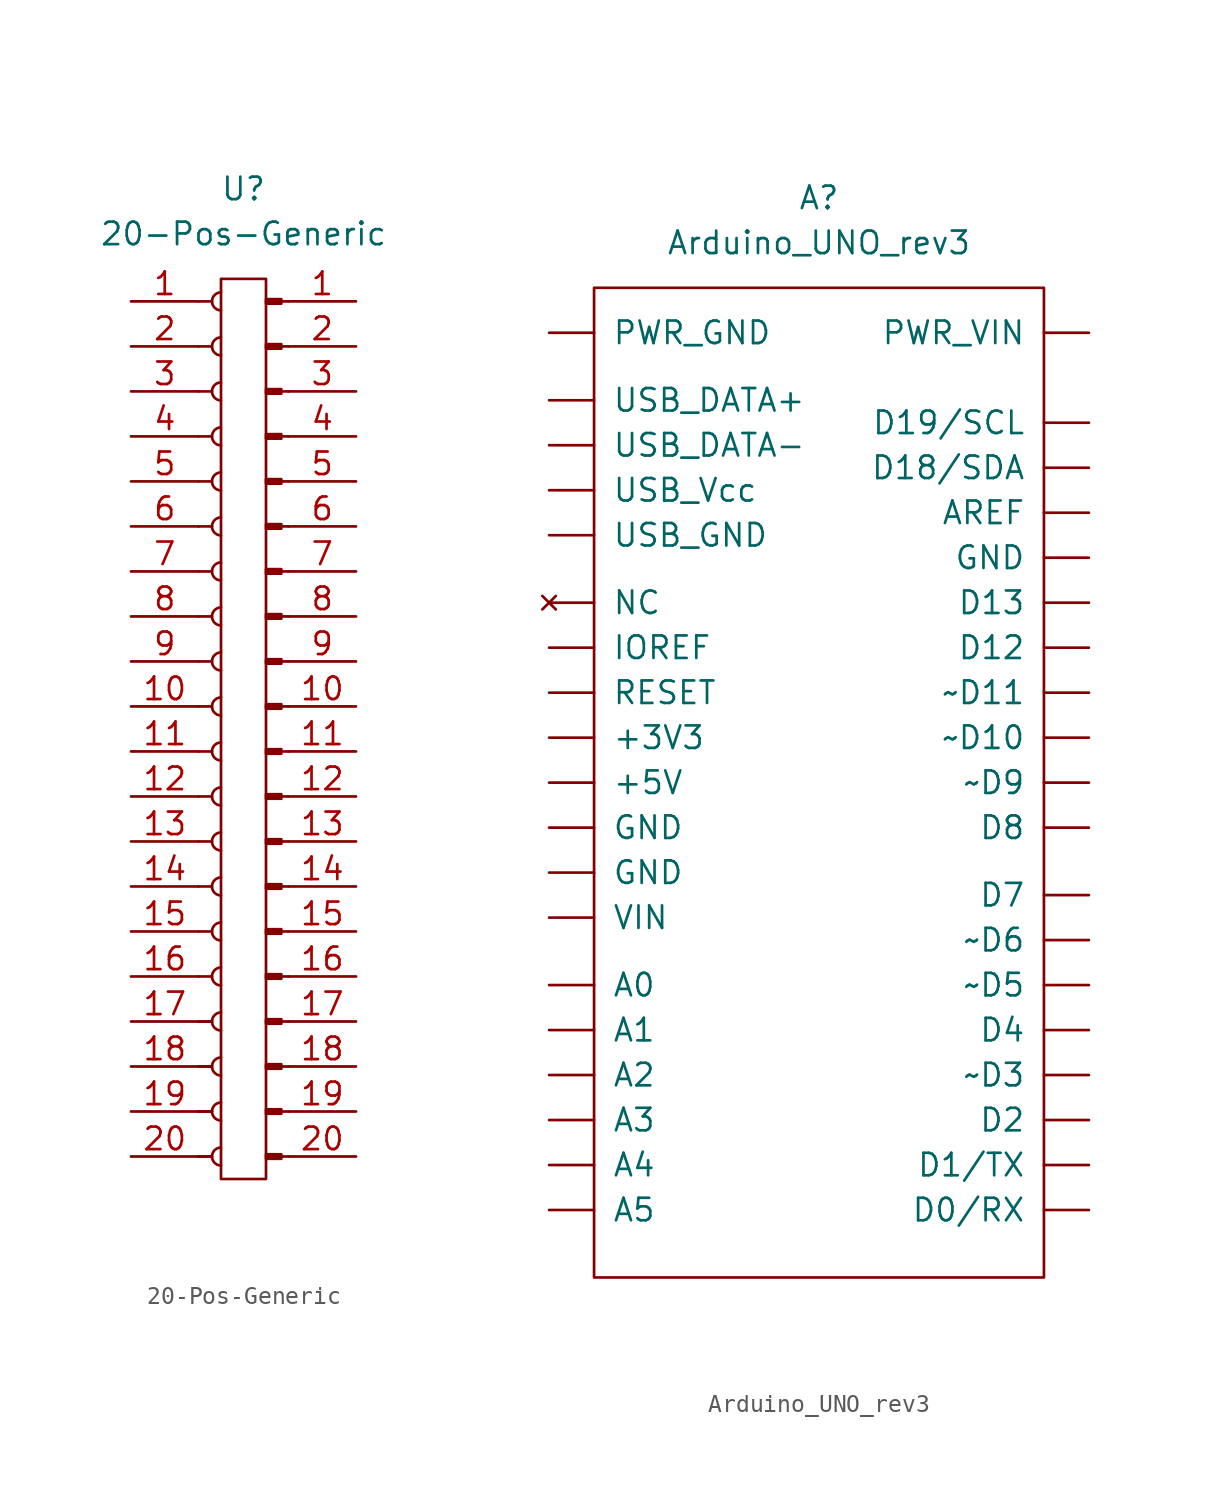
<source format=kicad_sym>
(kicad_symbol_lib
  (version 20211014)
  (generator kicad_symbol_editor)
  (symbol "20-Pos-Generic"
    (pin_names
      (offset 1.016))
    (property "Reference" "U"
      (at 0 2.54 0)
      (effects (font (size 1.27 1.27))))
    (property "Value" "20-Pos-Generic"
      (at 0 0 0)
      (effects (font (size 1.27 1.27))))
    (symbol "20-Pos-Generic_1_1"
      (arc (start -1.27 -51.562) (mid -1.778 -52.07) (end -1.27 -52.578) (stroke (width 0.1524) (type default) (color 0 0 0 0)) (fill (type none)))
      (arc (start -1.27 -49.022) (mid -1.778 -49.53) (end -1.27 -50.038) (stroke (width 0.1524) (type default) (color 0 0 0 0)) (fill (type none)))
      (arc (start -1.27 -46.482) (mid -1.778 -46.99) (end -1.27 -47.498) (stroke (width 0.1524) (type default) (color 0 0 0 0)) (fill (type none)))
      (arc (start -1.27 -43.942) (mid -1.778 -44.45) (end -1.27 -44.958) (stroke (width 0.1524) (type default) (color 0 0 0 0)) (fill (type none)))
      (arc (start -1.27 -41.402) (mid -1.778 -41.91) (end -1.27 -42.418) (stroke (width 0.1524) (type default) (color 0 0 0 0)) (fill (type none)))
      (arc (start -1.27 -38.862) (mid -1.778 -39.37) (end -1.27 -39.878) (stroke (width 0.1524) (type default) (color 0 0 0 0)) (fill (type none)))
      (arc (start -1.27 -36.322) (mid -1.778 -36.83) (end -1.27 -37.338) (stroke (width 0.1524) (type default) (color 0 0 0 0)) (fill (type none)))
      (arc (start -1.27 -33.782) (mid -1.778 -34.29) (end -1.27 -34.798) (stroke (width 0.1524) (type default) (color 0 0 0 0)) (fill (type none)))
      (arc (start -1.27 -31.242) (mid -1.778 -31.75) (end -1.27 -32.258) (stroke (width 0.1524) (type default) (color 0 0 0 0)) (fill (type none)))
      (arc (start -1.27 -28.702) (mid -1.778 -29.21) (end -1.27 -29.718) (stroke (width 0.1524) (type default) (color 0 0 0 0)) (fill (type none)))
      (arc (start -1.27 -26.162) (mid -1.778 -26.67) (end -1.27 -27.178) (stroke (width 0.1524) (type default) (color 0 0 0 0)) (fill (type none)))
      (arc (start -1.27 -23.622) (mid -1.778 -24.13) (end -1.27 -24.638) (stroke (width 0.1524) (type default) (color 0 0 0 0)) (fill (type none)))
      (arc (start -1.27 -21.082) (mid -1.778 -21.59) (end -1.27 -22.098) (stroke (width 0.1524) (type default) (color 0 0 0 0)) (fill (type none)))
      (arc (start -1.27 -18.542) (mid -1.778 -19.05) (end -1.27 -19.558) (stroke (width 0.1524) (type default) (color 0 0 0 0)) (fill (type none)))
      (arc (start -1.27 -16.002) (mid -1.778 -16.51) (end -1.27 -17.018) (stroke (width 0.1524) (type default) (color 0 0 0 0)) (fill (type none)))
      (arc (start -1.27 -13.462) (mid -1.778 -13.97) (end -1.27 -14.478) (stroke (width 0.1524) (type default) (color 0 0 0 0)) (fill (type none)))
      (arc (start -1.27 -10.922) (mid -1.778 -11.43) (end -1.27 -11.938) (stroke (width 0.1524) (type default) (color 0 0 0 0)) (fill (type none)))
      (arc (start -1.27 -8.382) (mid -1.778 -8.89) (end -1.27 -9.398) (stroke (width 0.1524) (type default) (color 0 0 0 0)) (fill (type none)))
      (arc (start -1.27 -5.842) (mid -1.778 -6.35) (end -1.27 -6.858) (stroke (width 0.1524) (type default) (color 0 0 0 0)) (fill (type none)))
      (arc (start -1.27 -3.302) (mid -1.778 -3.81) (end -1.27 -4.318) (stroke (width 0.1524) (type default) (color 0 0 0 0)) (fill (type none)))
      (rectangle (start -1.27 -2.54) (end 1.27 -53.34) (stroke (width 0) (type default) (color 0 0 0 0)) (fill (type none)))
      (polyline (pts (xy -2.54 -52.07) (xy -1.778 -52.07)) (stroke (width 0.152) (type default) (color 0 0 0 0)) (fill (type none)))
      (polyline (pts (xy -2.54 -52.07) (xy -1.778 -52.07)) (stroke (width 0.152) (type default) (color 0 0 0 0)) (fill (type none)))
      (polyline (pts (xy -2.54 -49.53) (xy -1.778 -49.53)) (stroke (width 0.152) (type default) (color 0 0 0 0)) (fill (type none)))
      (polyline (pts (xy -2.54 -49.53) (xy -1.778 -49.53)) (stroke (width 0.152) (type default) (color 0 0 0 0)) (fill (type none)))
      (polyline (pts (xy -2.54 -46.99) (xy -1.778 -46.99)) (stroke (width 0.152) (type default) (color 0 0 0 0)) (fill (type none)))
      (polyline (pts (xy -2.54 -46.99) (xy -1.778 -46.99)) (stroke (width 0.152) (type default) (color 0 0 0 0)) (fill (type none)))
      (polyline (pts (xy -2.54 -44.45) (xy -1.778 -44.45)) (stroke (width 0.152) (type default) (color 0 0 0 0)) (fill (type none)))
      (polyline (pts (xy -2.54 -44.45) (xy -1.778 -44.45)) (stroke (width 0.152) (type default) (color 0 0 0 0)) (fill (type none)))
      (polyline (pts (xy -2.54 -41.91) (xy -1.778 -41.91)) (stroke (width 0.152) (type default) (color 0 0 0 0)) (fill (type none)))
      (polyline (pts (xy -2.54 -39.37) (xy -1.778 -39.37)) (stroke (width 0.152) (type default) (color 0 0 0 0)) (fill (type none)))
      (polyline (pts (xy -2.54 -36.83) (xy -1.778 -36.83)) (stroke (width 0.152) (type default) (color 0 0 0 0)) (fill (type none)))
      (polyline (pts (xy -2.54 -34.29) (xy -1.778 -34.29)) (stroke (width 0.152) (type default) (color 0 0 0 0)) (fill (type none)))
      (polyline (pts (xy -2.54 -31.75) (xy -1.778 -31.75)) (stroke (width 0.152) (type default) (color 0 0 0 0)) (fill (type none)))
      (polyline (pts (xy -2.54 -29.21) (xy -1.778 -29.21)) (stroke (width 0.152) (type default) (color 0 0 0 0)) (fill (type none)))
      (polyline (pts (xy -2.54 -26.67) (xy -1.778 -26.67)) (stroke (width 0.152) (type default) (color 0 0 0 0)) (fill (type none)))
      (polyline (pts (xy -2.54 -24.13) (xy -1.778 -24.13)) (stroke (width 0.152) (type default) (color 0 0 0 0)) (fill (type none)))
      (polyline (pts (xy -2.54 -21.59) (xy -1.778 -21.59)) (stroke (width 0.152) (type default) (color 0 0 0 0)) (fill (type none)))
      (polyline (pts (xy -2.54 -19.05) (xy -1.778 -19.05)) (stroke (width 0.152) (type default) (color 0 0 0 0)) (fill (type none)))
      (polyline (pts (xy -2.54 -16.51) (xy -1.778 -16.51)) (stroke (width 0.152) (type default) (color 0 0 0 0)) (fill (type none)))
      (polyline (pts (xy -2.54 -13.97) (xy -1.778 -13.97)) (stroke (width 0.152) (type default) (color 0 0 0 0)) (fill (type none)))
      (polyline (pts (xy -2.54 -11.43) (xy -1.778 -11.43)) (stroke (width 0.152) (type default) (color 0 0 0 0)) (fill (type none)))
      (polyline (pts (xy -2.54 -8.89) (xy -1.778 -8.89)) (stroke (width 0.152) (type default) (color 0 0 0 0)) (fill (type none)))
      (polyline (pts (xy -2.54 -6.35) (xy -1.778 -6.35)) (stroke (width 0.152) (type default) (color 0 0 0 0)) (fill (type none)))
      (polyline (pts (xy -2.54 -3.81) (xy -1.778 -3.81)) (stroke (width 0.152) (type default) (color 0 0 0 0)) (fill (type none)))
      (polyline (pts (xy 2.54 -52.07) (xy 2.134 -52.07)) (stroke (width 0.152) (type default) (color 0 0 0 0)) (fill (type none)))
      (polyline (pts (xy 2.54 -49.53) (xy 2.134 -49.53)) (stroke (width 0.152) (type default) (color 0 0 0 0)) (fill (type none)))
      (polyline (pts (xy 2.54 -46.99) (xy 2.134 -46.99)) (stroke (width 0.152) (type default) (color 0 0 0 0)) (fill (type none)))
      (polyline (pts (xy 2.54 -44.45) (xy 2.134 -44.45)) (stroke (width 0.152) (type default) (color 0 0 0 0)) (fill (type none)))
      (polyline (pts (xy 2.54 -41.91) (xy 2.134 -41.91)) (stroke (width 0.152) (type default) (color 0 0 0 0)) (fill (type none)))
      (polyline (pts (xy 2.54 -39.37) (xy 2.134 -39.37)) (stroke (width 0.152) (type default) (color 0 0 0 0)) (fill (type none)))
      (polyline (pts (xy 2.54 -36.83) (xy 2.134 -36.83)) (stroke (width 0.152) (type default) (color 0 0 0 0)) (fill (type none)))
      (polyline (pts (xy 2.54 -34.29) (xy 2.134 -34.29)) (stroke (width 0.152) (type default) (color 0 0 0 0)) (fill (type none)))
      (polyline (pts (xy 2.54 -31.75) (xy 2.134 -31.75)) (stroke (width 0.152) (type default) (color 0 0 0 0)) (fill (type none)))
      (polyline (pts (xy 2.54 -29.21) (xy 2.134 -29.21)) (stroke (width 0.152) (type default) (color 0 0 0 0)) (fill (type none)))
      (polyline (pts (xy 2.54 -26.67) (xy 2.134 -26.67)) (stroke (width 0.152) (type default) (color 0 0 0 0)) (fill (type none)))
      (polyline (pts (xy 2.54 -24.13) (xy 2.134 -24.13)) (stroke (width 0.152) (type default) (color 0 0 0 0)) (fill (type none)))
      (polyline (pts (xy 2.54 -21.59) (xy 2.134 -21.59)) (stroke (width 0.152) (type default) (color 0 0 0 0)) (fill (type none)))
      (polyline (pts (xy 2.54 -19.05) (xy 2.134 -19.05)) (stroke (width 0.152) (type default) (color 0 0 0 0)) (fill (type none)))
      (polyline (pts (xy 2.54 -16.51) (xy 2.134 -16.51)) (stroke (width 0.152) (type default) (color 0 0 0 0)) (fill (type none)))
      (polyline (pts (xy 2.54 -13.97) (xy 2.134 -13.97)) (stroke (width 0.152) (type default) (color 0 0 0 0)) (fill (type none)))
      (polyline (pts (xy 2.54 -11.43) (xy 2.134 -11.43)) (stroke (width 0.152) (type default) (color 0 0 0 0)) (fill (type none)))
      (polyline (pts (xy 2.54 -8.89) (xy 2.134 -8.89)) (stroke (width 0.152) (type default) (color 0 0 0 0)) (fill (type none)))
      (polyline (pts (xy 2.54 -6.35) (xy 2.134 -6.35)) (stroke (width 0.152) (type default) (color 0 0 0 0)) (fill (type none)))
      (polyline (pts (xy 2.54 -3.81) (xy 2.134 -3.81)) (stroke (width 0.152) (type default) (color 0 0 0 0)) (fill (type none)))
      (rectangle (start 2.134 -51.943) (end 1.27 -52.197) (stroke (width 0.152) (type default) (color 0 0 0 0)) (fill (type outline)))
      (rectangle (start 2.134 -49.403) (end 1.27 -49.657) (stroke (width 0.152) (type default) (color 0 0 0 0)) (fill (type outline)))
      (rectangle (start 2.134 -46.863) (end 1.27 -47.117) (stroke (width 0.152) (type default) (color 0 0 0 0)) (fill (type outline)))
      (rectangle (start 2.134 -44.323) (end 1.27 -44.577) (stroke (width 0.152) (type default) (color 0 0 0 0)) (fill (type outline)))
      (rectangle (start 2.134 -41.783) (end 1.27 -42.037) (stroke (width 0.152) (type default) (color 0 0 0 0)) (fill (type outline)))
      (rectangle (start 2.134 -39.243) (end 1.27 -39.497) (stroke (width 0.152) (type default) (color 0 0 0 0)) (fill (type outline)))
      (rectangle (start 2.134 -36.703) (end 1.27 -36.957) (stroke (width 0.152) (type default) (color 0 0 0 0)) (fill (type outline)))
      (rectangle (start 2.134 -34.163) (end 1.27 -34.417) (stroke (width 0.152) (type default) (color 0 0 0 0)) (fill (type outline)))
      (rectangle (start 2.134 -31.623) (end 1.27 -31.877) (stroke (width 0.152) (type default) (color 0 0 0 0)) (fill (type outline)))
      (rectangle (start 2.134 -29.083) (end 1.27 -29.337) (stroke (width 0.152) (type default) (color 0 0 0 0)) (fill (type outline)))
      (rectangle (start 2.134 -26.543) (end 1.27 -26.797) (stroke (width 0.152) (type default) (color 0 0 0 0)) (fill (type outline)))
      (rectangle (start 2.134 -24.003) (end 1.27 -24.257) (stroke (width 0.152) (type default) (color 0 0 0 0)) (fill (type outline)))
      (rectangle (start 2.134 -21.463) (end 1.27 -21.717) (stroke (width 0.152) (type default) (color 0 0 0 0)) (fill (type outline)))
      (rectangle (start 2.134 -18.923) (end 1.27 -19.177) (stroke (width 0.152) (type default) (color 0 0 0 0)) (fill (type outline)))
      (rectangle (start 2.134 -16.383) (end 1.27 -16.637) (stroke (width 0.152) (type default) (color 0 0 0 0)) (fill (type outline)))
      (rectangle (start 2.134 -13.843) (end 1.27 -14.097) (stroke (width 0.152) (type default) (color 0 0 0 0)) (fill (type outline)))
      (rectangle (start 2.134 -11.303) (end 1.27 -11.557) (stroke (width 0.152) (type default) (color 0 0 0 0)) (fill (type outline)))
      (rectangle (start 2.134 -8.763) (end 1.27 -9.017) (stroke (width 0.152) (type default) (color 0 0 0 0)) (fill (type outline)))
      (rectangle (start 2.134 -6.223) (end 1.27 -6.477) (stroke (width 0.152) (type default) (color 0 0 0 0)) (fill (type outline)))
      (rectangle (start 2.134 -3.683) (end 1.27 -3.937) (stroke (width 0.152) (type default) (color 0 0 0 0)) (fill (type outline)))
      (pin passive line (at -6.35 -3.81 0) (length 3.81) (name "~" (effects (font (size 1.27 1.27)))) (number "1" (effects (font (size 1.27 1.27)))))
      (pin passive line (at 6.35 -3.81 180) (length 3.81) (name "~" (effects (font (size 1.27 1.27)))) (number "1" (effects (font (size 1.27 1.27)))))
      (pin passive line (at -6.35 -26.67 0) (length 3.81) (name "~" (effects (font (size 1.27 1.27)))) (number "10" (effects (font (size 1.27 1.27)))))
      (pin passive line (at 6.35 -26.67 180) (length 3.81) (name "~" (effects (font (size 1.27 1.27)))) (number "10" (effects (font (size 1.27 1.27)))))
      (pin passive line (at -6.35 -29.21 0) (length 3.81) (name "~" (effects (font (size 1.27 1.27)))) (number "11" (effects (font (size 1.27 1.27)))))
      (pin passive line (at 6.35 -29.21 180) (length 3.81) (name "~" (effects (font (size 1.27 1.27)))) (number "11" (effects (font (size 1.27 1.27)))))
      (pin passive line (at -6.35 -31.75 0) (length 3.81) (name "~" (effects (font (size 1.27 1.27)))) (number "12" (effects (font (size 1.27 1.27)))))
      (pin passive line (at 6.35 -31.75 180) (length 3.81) (name "~" (effects (font (size 1.27 1.27)))) (number "12" (effects (font (size 1.27 1.27)))))
      (pin passive line (at -6.35 -34.29 0) (length 3.81) (name "~" (effects (font (size 1.27 1.27)))) (number "13" (effects (font (size 1.27 1.27)))))
      (pin passive line (at 6.35 -34.29 180) (length 3.81) (name "~" (effects (font (size 1.27 1.27)))) (number "13" (effects (font (size 1.27 1.27)))))
      (pin passive line (at -6.35 -36.83 0) (length 3.81) (name "~" (effects (font (size 1.27 1.27)))) (number "14" (effects (font (size 1.27 1.27)))))
      (pin passive line (at 6.35 -36.83 180) (length 3.81) (name "~" (effects (font (size 1.27 1.27)))) (number "14" (effects (font (size 1.27 1.27)))))
      (pin passive line (at -6.35 -39.37 0) (length 3.81) (name "~" (effects (font (size 1.27 1.27)))) (number "15" (effects (font (size 1.27 1.27)))))
      (pin passive line (at 6.35 -39.37 180) (length 3.81) (name "~" (effects (font (size 1.27 1.27)))) (number "15" (effects (font (size 1.27 1.27)))))
      (pin passive line (at -6.35 -41.91 0) (length 3.81) (name "~" (effects (font (size 1.27 1.27)))) (number "16" (effects (font (size 1.27 1.27)))))
      (pin passive line (at 6.35 -41.91 180) (length 3.81) (name "~" (effects (font (size 1.27 1.27)))) (number "16" (effects (font (size 1.27 1.27)))))
      (pin passive line (at -6.35 -44.45 0) (length 3.81) (name "~" (effects (font (size 1.27 1.27)))) (number "17" (effects (font (size 1.27 1.27)))))
      (pin passive line (at 6.35 -44.45 180) (length 3.81) (name "~" (effects (font (size 1.27 1.27)))) (number "17" (effects (font (size 1.27 1.27)))))
      (pin passive line (at -6.35 -46.99 0) (length 3.81) (name "~" (effects (font (size 1.27 1.27)))) (number "18" (effects (font (size 1.27 1.27)))))
      (pin passive line (at 6.35 -46.99 180) (length 3.81) (name "~" (effects (font (size 1.27 1.27)))) (number "18" (effects (font (size 1.27 1.27)))))
      (pin passive line (at -6.35 -49.53 0) (length 3.81) (name "~" (effects (font (size 1.27 1.27)))) (number "19" (effects (font (size 1.27 1.27)))))
      (pin passive line (at 6.35 -49.53 180) (length 3.81) (name "~" (effects (font (size 1.27 1.27)))) (number "19" (effects (font (size 1.27 1.27)))))
      (pin passive line (at -6.35 -6.35 0) (length 3.81) (name "~" (effects (font (size 1.27 1.27)))) (number "2" (effects (font (size 1.27 1.27)))))
      (pin passive line (at 6.35 -6.35 180) (length 3.81) (name "~" (effects (font (size 1.27 1.27)))) (number "2" (effects (font (size 1.27 1.27)))))
      (pin passive line (at -6.35 -52.07 0) (length 3.81) (name "~" (effects (font (size 1.27 1.27)))) (number "20" (effects (font (size 1.27 1.27)))))
      (pin passive line (at 6.35 -52.07 180) (length 3.81) (name "~" (effects (font (size 1.27 1.27)))) (number "20" (effects (font (size 1.27 1.27)))))
      (pin passive line (at -6.35 -8.89 0) (length 3.81) (name "~" (effects (font (size 1.27 1.27)))) (number "3" (effects (font (size 1.27 1.27)))))
      (pin passive line (at 6.35 -8.89 180) (length 3.81) (name "~" (effects (font (size 1.27 1.27)))) (number "3" (effects (font (size 1.27 1.27)))))
      (pin passive line (at -6.35 -11.43 0) (length 3.81) (name "~" (effects (font (size 1.27 1.27)))) (number "4" (effects (font (size 1.27 1.27)))))
      (pin passive line (at 6.35 -11.43 180) (length 3.81) (name "~" (effects (font (size 1.27 1.27)))) (number "4" (effects (font (size 1.27 1.27)))))
      (pin passive line (at -6.35 -13.97 0) (length 3.81) (name "~" (effects (font (size 1.27 1.27)))) (number "5" (effects (font (size 1.27 1.27)))))
      (pin passive line (at 6.35 -13.97 180) (length 3.81) (name "~" (effects (font (size 1.27 1.27)))) (number "5" (effects (font (size 1.27 1.27)))))
      (pin passive line (at -6.35 -16.51 0) (length 3.81) (name "~" (effects (font (size 1.27 1.27)))) (number "6" (effects (font (size 1.27 1.27)))))
      (pin passive line (at 6.35 -16.51 180) (length 3.81) (name "~" (effects (font (size 1.27 1.27)))) (number "6" (effects (font (size 1.27 1.27)))))
      (pin passive line (at -6.35 -19.05 0) (length 3.81) (name "~" (effects (font (size 1.27 1.27)))) (number "7" (effects (font (size 1.27 1.27)))))
      (pin passive line (at 6.35 -19.05 180) (length 3.81) (name "~" (effects (font (size 1.27 1.27)))) (number "7" (effects (font (size 1.27 1.27)))))
      (pin passive line (at -6.35 -21.59 0) (length 3.81) (name "~" (effects (font (size 1.27 1.27)))) (number "8" (effects (font (size 1.27 1.27)))))
      (pin passive line (at 6.35 -21.59 180) (length 3.81) (name "~" (effects (font (size 1.27 1.27)))) (number "8" (effects (font (size 1.27 1.27)))))
      (pin passive line (at -6.35 -24.13 0) (length 3.81) (name "~" (effects (font (size 1.27 1.27)))) (number "9" (effects (font (size 1.27 1.27)))))
      (pin passive line (at 6.35 -24.13 180) (length 3.81) (name "~" (effects (font (size 1.27 1.27)))) (number "9" (effects (font (size 1.27 1.27)))))))
  (symbol "Arduino_UNO_rev3"
    (pin_names
      (offset 1.016))
    (property "Reference" "A"
      (at 0 3.81 0)
      (effects (font (size 1.27 1.27))))
    (property "Value" "Arduino_UNO_rev3"
      (at 0 1.27 0)
      (effects (font (size 1.27 1.27))))
    (symbol "Arduino_UNO_rev3_0_1"
      (rectangle (start 12.7 -57.15) (end -12.7 -1.27) (stroke (width 0) (type default) (color 0 0 0 0)) (fill (type none))))
    (symbol "Arduino_UNO_rev3_1_1"
      (pin power_out line (at -15.24 -26.67 0) (length 2.54) (name "+3V3" (effects (font (size 1.27 1.27)))) (number "~" (effects (font (size 1.27 1.27)))))
      (pin power_out line (at -15.24 -29.21 0) (length 2.54) (name "+5V" (effects (font (size 1.27 1.27)))) (number "~" (effects (font (size 1.27 1.27)))))
      (pin input line (at -15.24 -40.64 0) (length 2.54) (name "A0" (effects (font (size 1.27 1.27)))) (number "~" (effects (font (size 1.27 1.27)))))
      (pin input line (at -15.24 -43.18 0) (length 2.54) (name "A1" (effects (font (size 1.27 1.27)))) (number "~" (effects (font (size 1.27 1.27)))))
      (pin input line (at -15.24 -45.72 0) (length 2.54) (name "A2" (effects (font (size 1.27 1.27)))) (number "~" (effects (font (size 1.27 1.27)))))
      (pin input line (at -15.24 -48.26 0) (length 2.54) (name "A3" (effects (font (size 1.27 1.27)))) (number "~" (effects (font (size 1.27 1.27)))))
      (pin input line (at -15.24 -50.8 0) (length 2.54) (name "A4" (effects (font (size 1.27 1.27)))) (number "~" (effects (font (size 1.27 1.27)))))
      (pin input line (at -15.24 -53.34 0) (length 2.54) (name "A5" (effects (font (size 1.27 1.27)))) (number "~" (effects (font (size 1.27 1.27)))))
      (pin passive line (at 15.24 -13.97 180) (length 2.54) (name "AREF" (effects (font (size 1.27 1.27)))) (number "~" (effects (font (size 1.27 1.27)))))
      (pin bidirectional line (at 15.24 -53.34 180) (length 2.54) (name "D0/RX" (effects (font (size 1.27 1.27)))) (number "~" (effects (font (size 1.27 1.27)))))
      (pin bidirectional line (at 15.24 -50.8 180) (length 2.54) (name "D1/TX" (effects (font (size 1.27 1.27)))) (number "~" (effects (font (size 1.27 1.27)))))
      (pin bidirectional line (at 15.24 -21.59 180) (length 2.54) (name "D12" (effects (font (size 1.27 1.27)))) (number "~" (effects (font (size 1.27 1.27)))))
      (pin bidirectional line (at 15.24 -19.05 180) (length 2.54) (name "D13" (effects (font (size 1.27 1.27)))) (number "~" (effects (font (size 1.27 1.27)))))
      (pin bidirectional line (at 15.24 -11.43 180) (length 2.54) (name "D18/SDA" (effects (font (size 1.27 1.27)))) (number "~" (effects (font (size 1.27 1.27)))))
      (pin bidirectional line (at 15.24 -8.89 180) (length 2.54) (name "D19/SCL" (effects (font (size 1.27 1.27)))) (number "~" (effects (font (size 1.27 1.27)))))
      (pin bidirectional line (at 15.24 -48.26 180) (length 2.54) (name "D2" (effects (font (size 1.27 1.27)))) (number "~" (effects (font (size 1.27 1.27)))))
      (pin bidirectional line (at 15.24 -43.18 180) (length 2.54) (name "D4" (effects (font (size 1.27 1.27)))) (number "~" (effects (font (size 1.27 1.27)))))
      (pin bidirectional line (at 15.24 -35.56 180) (length 2.54) (name "D7" (effects (font (size 1.27 1.27)))) (number "~" (effects (font (size 1.27 1.27)))))
      (pin bidirectional line (at 15.24 -31.75 180) (length 2.54) (name "D8" (effects (font (size 1.27 1.27)))) (number "~" (effects (font (size 1.27 1.27)))))
      (pin passive line (at -15.24 -34.29 0) (length 2.54) (name "GND" (effects (font (size 1.27 1.27)))) (number "~" (effects (font (size 1.27 1.27)))))
      (pin passive line (at -15.24 -31.75 0) (length 2.54) (name "GND" (effects (font (size 1.27 1.27)))) (number "~" (effects (font (size 1.27 1.27)))))
      (pin passive line (at 15.24 -16.51 180) (length 2.54) (name "GND" (effects (font (size 1.27 1.27)))) (number "~" (effects (font (size 1.27 1.27)))))
      (pin passive line (at -15.24 -21.59 0) (length 2.54) (name "IOREF" (effects (font (size 1.27 1.27)))) (number "~" (effects (font (size 1.27 1.27)))))
      (pin no_connect line (at -15.24 -19.05 0) (length 2.54) (name "NC" (effects (font (size 1.27 1.27)))) (number "~" (effects (font (size 1.27 1.27)))))
      (pin passive line (at -15.24 -3.81 0) (length 2.54) (name "PWR_GND" (effects (font (size 1.27 1.27)))) (number "~" (effects (font (size 1.27 1.27)))))
      (pin power_in line (at 15.24 -3.81 180) (length 2.54) (name "PWR_VIN" (effects (font (size 1.27 1.27)))) (number "~" (effects (font (size 1.27 1.27)))))
      (pin input line (at -15.24 -24.13 0) (length 2.54) (name "RESET" (effects (font (size 1.27 1.27)))) (number "~" (effects (font (size 1.27 1.27)))))
      (pin bidirectional line (at -15.24 -7.62 0) (length 2.54) (name "USB_DATA+" (effects (font (size 1.27 1.27)))) (number "~" (effects (font (size 1.27 1.27)))))
      (pin bidirectional line (at -15.24 -10.16 0) (length 2.54) (name "USB_DATA-" (effects (font (size 1.27 1.27)))) (number "~" (effects (font (size 1.27 1.27)))))
      (pin passive line (at -15.24 -15.24 0) (length 2.54) (name "USB_GND" (effects (font (size 1.27 1.27)))) (number "~" (effects (font (size 1.27 1.27)))))
      (pin power_in line (at -15.24 -12.7 0) (length 2.54) (name "USB_Vcc" (effects (font (size 1.27 1.27)))) (number "~" (effects (font (size 1.27 1.27)))))
      (pin power_in line (at -15.24 -36.83 0) (length 2.54) (name "VIN" (effects (font (size 1.27 1.27)))) (number "~" (effects (font (size 1.27 1.27)))))
      (pin bidirectional line (at 15.24 -26.67 180) (length 2.54) (name "~D10" (effects (font (size 1.27 1.27)))) (number "~" (effects (font (size 1.27 1.27)))))
      (pin bidirectional line (at 15.24 -24.13 180) (length 2.54) (name "~D11" (effects (font (size 1.27 1.27)))) (number "~" (effects (font (size 1.27 1.27)))))
      (pin bidirectional line (at 15.24 -45.72 180) (length 2.54) (name "~D3" (effects (font (size 1.27 1.27)))) (number "~" (effects (font (size 1.27 1.27)))))
      (pin bidirectional line (at 15.24 -40.64 180) (length 2.54) (name "~D5" (effects (font (size 1.27 1.27)))) (number "~" (effects (font (size 1.27 1.27)))))
      (pin bidirectional line (at 15.24 -38.1 180) (length 2.54) (name "~D6" (effects (font (size 1.27 1.27)))) (number "~" (effects (font (size 1.27 1.27)))))
      (pin bidirectional line (at 15.24 -29.21 180) (length 2.54) (name "~D9" (effects (font (size 1.27 1.27)))) (number "~" (effects (font (size 1.27 1.27))))))))
</source>
